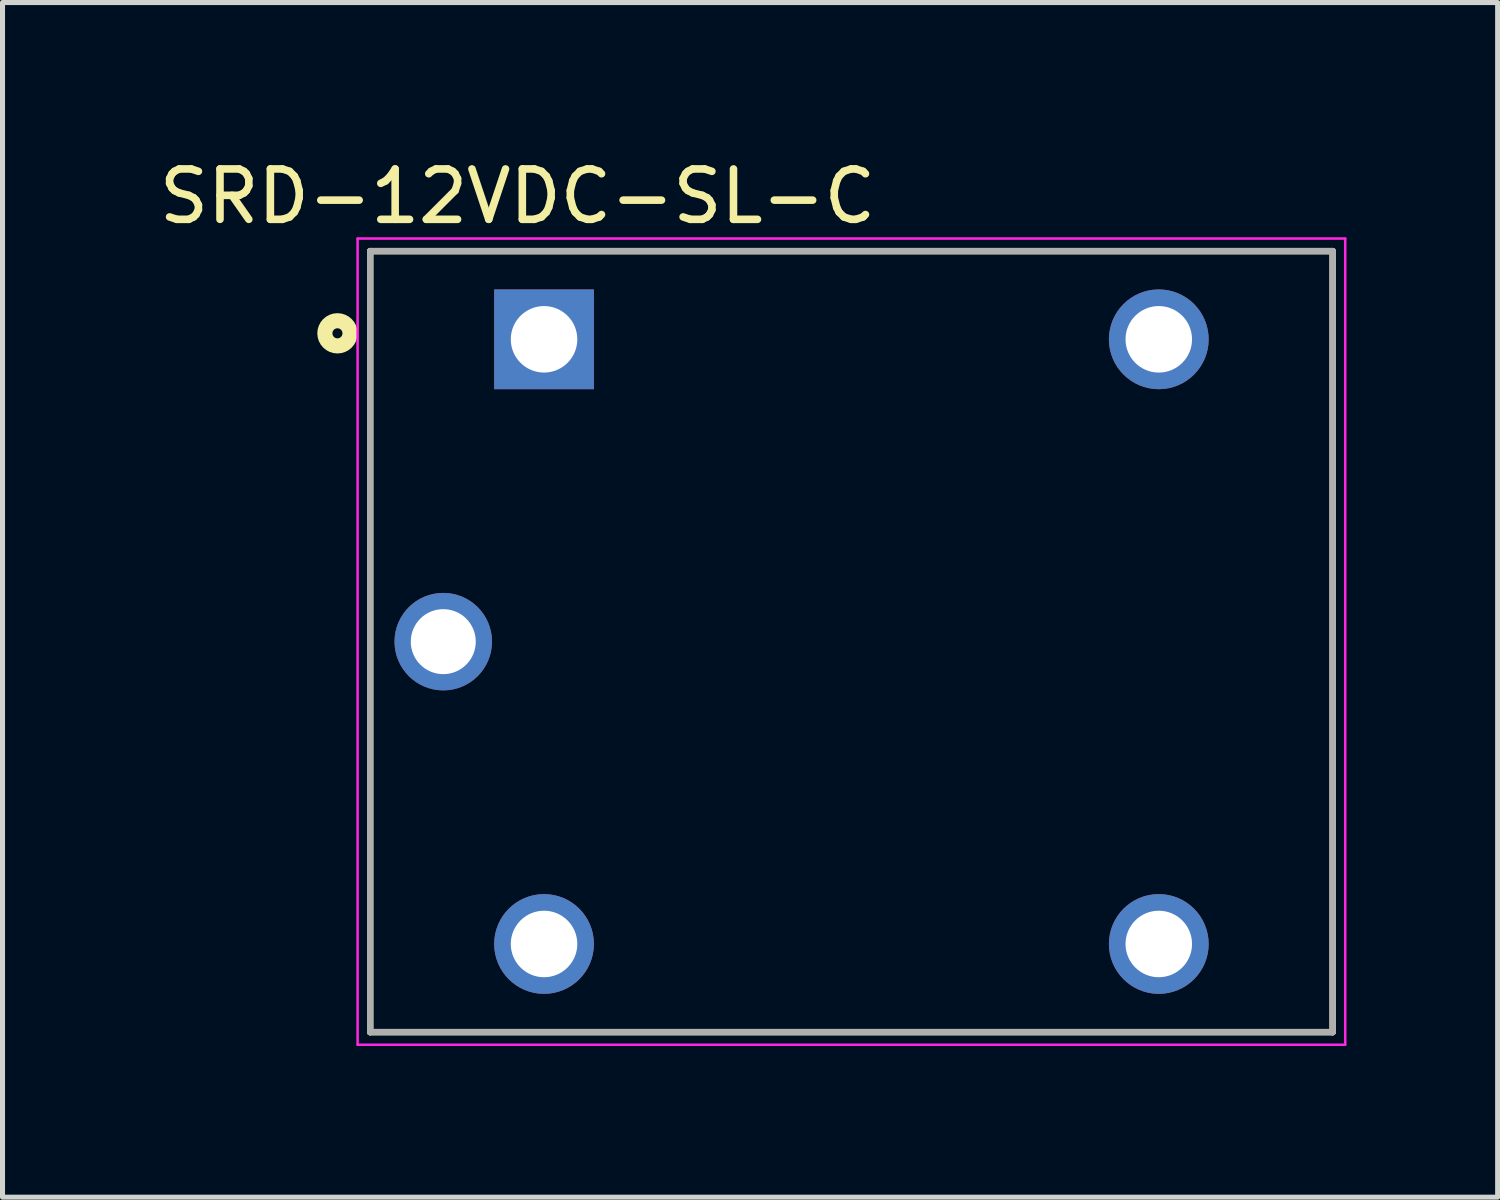
<source format=kicad_pcb>
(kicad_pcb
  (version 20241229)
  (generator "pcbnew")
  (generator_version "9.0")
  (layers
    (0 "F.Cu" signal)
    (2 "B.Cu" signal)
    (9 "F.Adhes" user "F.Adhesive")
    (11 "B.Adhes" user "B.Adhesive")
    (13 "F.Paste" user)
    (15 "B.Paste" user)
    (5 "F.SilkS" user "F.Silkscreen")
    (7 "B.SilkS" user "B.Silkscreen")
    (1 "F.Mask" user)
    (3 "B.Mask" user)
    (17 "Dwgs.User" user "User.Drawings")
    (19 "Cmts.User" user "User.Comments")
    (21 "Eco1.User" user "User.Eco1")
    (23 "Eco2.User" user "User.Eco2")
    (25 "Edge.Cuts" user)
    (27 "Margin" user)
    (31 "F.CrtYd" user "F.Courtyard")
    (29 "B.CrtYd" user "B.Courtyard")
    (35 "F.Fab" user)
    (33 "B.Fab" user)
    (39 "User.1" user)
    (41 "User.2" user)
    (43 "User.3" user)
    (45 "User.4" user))
  (footprint "SRD-12VDC-SL-C"
    (layer "F.Cu")
    (at 13.847 9.684)
    (property "Reference" "SRD-12VDC-SL-C" (at -6.626 -8.836 0) (layer "F.SilkS") (effects (font (size 1 1) (thickness 0.15))))
    (attr through_hole)
    (fp_line (start -9.55 -7.75) (end 9.55 -7.75) (stroke (width 0.127) (type solid)) (layer "F.SilkS"))
    (fp_line (start -9.55 7.75) (end -9.55 -7.75) (stroke (width 0.127) (type solid)) (layer "F.SilkS"))
    (fp_line (start 9.55 -7.75) (end 9.55 7.75) (stroke (width 0.127) (type solid)) (layer "F.SilkS"))
    (fp_line (start 9.55 7.75) (end -9.55 7.75) (stroke (width 0.127) (type solid)) (layer "F.SilkS"))
    (fp_circle (center -10.2 -6.119) (end -10.1 -6.119) (stroke (width 0.3) (type solid)) (fill no) (layer "F.SilkS"))
    (fp_line (start -9.8 -8) (end 9.8 -8) (stroke (width 0.05) (type solid)) (layer "F.CrtYd"))
    (fp_line (start -9.8 8) (end -9.8 -8) (stroke (width 0.05) (type solid)) (layer "F.CrtYd"))
    (fp_line (start 9.8 -8) (end 9.8 8) (stroke (width 0.05) (type solid)) (layer "F.CrtYd"))
    (fp_line (start 9.8 8) (end -9.8 8) (stroke (width 0.05) (type solid)) (layer "F.CrtYd"))
    (fp_line (start -9.55 -7.75) (end 9.55 -7.75) (stroke (width 0.127) (type solid)) (layer "F.Fab"))
    (fp_line (start -9.55 7.75) (end -9.55 -7.75) (stroke (width 0.127) (type solid)) (layer "F.Fab"))
    (fp_line (start 9.55 -7.75) (end 9.55 7.75) (stroke (width 0.127) (type solid)) (layer "F.Fab"))
    (fp_line (start 9.55 7.75) (end -9.55 7.75) (stroke (width 0.127) (type solid)) (layer "F.Fab"))
    (pad "A1" thru_hole rect (at -6.1 -6) (size 1.98 1.98) (drill 1.32) (layers "*.Cu" "*.Mask"))
    (pad "A2" thru_hole circle (at -6.1 6) (size 1.98 1.98) (drill 1.32) (layers "*.Cu" "*.Mask"))
    (pad "COM" thru_hole circle (at -8.1 0) (size 1.935 1.935) (drill 1.29) (layers "*.Cu" "*.Mask"))
    (pad "NC" thru_hole circle (at 6.1 -6) (size 1.98 1.98) (drill 1.32) (layers "*.Cu" "*.Mask"))
    (pad "NO" thru_hole circle (at 6.1 6) (size 1.98 1.98) (drill 1.32) (layers "*.Cu" "*.Mask")))
  (gr_rect
    (start -3 -3)
    (end 26.672 20.709)
    (stroke (width 0.1) (type default))
    (fill no)
    (layer "Edge.Cuts")))
</source>
